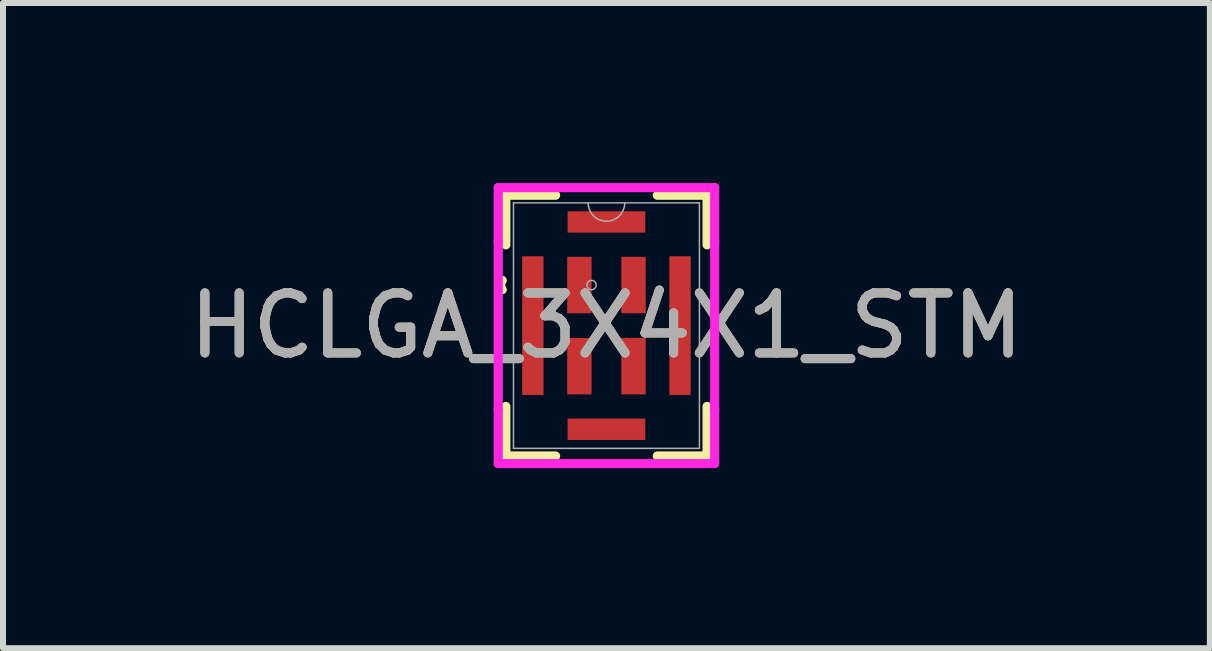
<source format=kicad_pcb>
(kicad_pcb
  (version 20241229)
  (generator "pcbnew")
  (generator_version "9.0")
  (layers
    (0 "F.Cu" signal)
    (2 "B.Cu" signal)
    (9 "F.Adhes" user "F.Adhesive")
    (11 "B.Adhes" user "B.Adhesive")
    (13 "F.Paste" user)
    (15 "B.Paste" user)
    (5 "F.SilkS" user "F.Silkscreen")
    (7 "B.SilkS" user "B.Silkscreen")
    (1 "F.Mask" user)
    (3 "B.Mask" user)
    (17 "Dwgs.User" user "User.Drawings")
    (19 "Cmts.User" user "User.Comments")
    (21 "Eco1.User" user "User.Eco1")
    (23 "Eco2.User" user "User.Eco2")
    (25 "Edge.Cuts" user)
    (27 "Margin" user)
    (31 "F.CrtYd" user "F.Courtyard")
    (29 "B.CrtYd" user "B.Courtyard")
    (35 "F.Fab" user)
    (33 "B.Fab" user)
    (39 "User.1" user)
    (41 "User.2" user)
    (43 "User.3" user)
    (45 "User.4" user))
  (footprint "HCLGA_3X4X1_STM"
    (layer "F.Cu")
    (at 7.054 2.375)
    (property "Reference" "HCLGA_3X4X1_STM" (at 0 0 0) (unlocked yes) (layer "F.SilkS") (effects (font (size 1 1) (thickness 0.15))))
    (attr smd)
    (fp_line (start -1.676 -2.172) (end -1.676 -1.346) (stroke (width 0.152) (type solid)) (layer "F.SilkS"))
    (fp_line (start -1.676 1.346) (end -1.676 2.172) (stroke (width 0.152) (type solid)) (layer "F.SilkS"))
    (fp_line (start -1.676 2.172) (end -0.847 2.172) (stroke (width 0.152) (type solid)) (layer "F.SilkS"))
    (fp_line (start -0.847 -2.172) (end -1.676 -2.172) (stroke (width 0.152) (type solid)) (layer "F.SilkS"))
    (fp_line (start 0.847 2.172) (end 1.676 2.172) (stroke (width 0.152) (type solid)) (layer "F.SilkS"))
    (fp_line (start 1.676 -2.172) (end 0.847 -2.172) (stroke (width 0.152) (type solid)) (layer "F.SilkS"))
    (fp_line (start 1.676 -1.346) (end 1.676 -2.172) (stroke (width 0.152) (type solid)) (layer "F.SilkS"))
    (fp_line (start 1.676 2.172) (end 1.676 1.346) (stroke (width 0.152) (type solid)) (layer "F.SilkS"))
    (fp_arc (start -1.73609 -0.599236) (mid -1.762125 -0.676275) (end -1.73609 -0.753314) (stroke (width 0.1524) (type solid)) (layer "F.SilkS"))
    (fp_line (start -1.803 -2.299) (end 1.803 -2.299) (stroke (width 0.152) (type solid)) (layer "F.CrtYd"))
    (fp_line (start -1.803 -1.4) (end -1.803 -2.299) (stroke (width 0.152) (type solid)) (layer "F.CrtYd"))
    (fp_line (start -1.803 -1.4) (end -1.803 -1.4) (stroke (width 0.152) (type solid)) (layer "F.CrtYd"))
    (fp_line (start -1.803 1.4) (end -1.803 -1.4) (stroke (width 0.152) (type solid)) (layer "F.CrtYd"))
    (fp_line (start -1.803 1.4) (end -1.803 1.4) (stroke (width 0.152) (type solid)) (layer "F.CrtYd"))
    (fp_line (start -1.803 2.299) (end -1.803 1.4) (stroke (width 0.152) (type solid)) (layer "F.CrtYd"))
    (fp_line (start 1.803 -2.299) (end 1.803 -1.4) (stroke (width 0.152) (type solid)) (layer "F.CrtYd"))
    (fp_line (start 1.803 -1.4) (end 1.803 -1.4) (stroke (width 0.152) (type solid)) (layer "F.CrtYd"))
    (fp_line (start 1.803 -1.4) (end 1.803 1.4) (stroke (width 0.152) (type solid)) (layer "F.CrtYd"))
    (fp_line (start 1.803 1.4) (end 1.803 1.4) (stroke (width 0.152) (type solid)) (layer "F.CrtYd"))
    (fp_line (start 1.803 1.4) (end 1.803 2.299) (stroke (width 0.152) (type solid)) (layer "F.CrtYd"))
    (fp_line (start 1.803 2.299) (end -1.803 2.299) (stroke (width 0.152) (type solid)) (layer "F.CrtYd"))
    (fp_line (start -1.549 -2.045) (end -1.549 2.045) (stroke (width 0.025) (type solid)) (layer "F.Fab"))
    (fp_line (start -1.549 2.045) (end 1.549 2.045) (stroke (width 0.025) (type solid)) (layer "F.Fab"))
    (fp_line (start 1.549 -2.045) (end -1.549 -2.045) (stroke (width 0.025) (type solid)) (layer "F.Fab"))
    (fp_line (start 1.549 2.045) (end 1.549 -2.045) (stroke (width 0.025) (type solid)) (layer "F.Fab"))
    (fp_arc (start 0.3048 -2.0447) (mid 0 -1.7399) (end -0.3048 -2.0447) (stroke (width 0.0254) (type solid)) (layer "F.Fab"))
    (fp_circle (center -0.248 -0.676) (end -0.171 -0.676) (stroke (width 0.025) (type solid)) (fill no) (layer "F.Fab"))
    (fp_text user "${REFERENCE}" (at 0 0 0) (unlocked yes) (layer "F.Fab") (effects (font (size 1 1) (thickness 0.15))))
    (pad "1" smd rect (at -0.451 -0.676) (size 0.406 0.94) (layers "F.Cu" "F.Mask" "F.Paste"))
    (pad "2" smd rect (at -0.451 0.676) (size 0.406 0.94) (layers "F.Cu" "F.Mask" "F.Paste"))
    (pad "3" smd rect (at 0.451 0.676) (size 0.406 0.94) (layers "F.Cu" "F.Mask" "F.Paste"))
    (pad "4" smd rect (at 0.451 -0.676) (size 0.406 0.94) (layers "F.Cu" "F.Mask" "F.Paste"))
    (pad "5" smd rect (at 0 -1.727) (size 1.295 0.356) (layers "F.Cu" "F.Mask"))
    (pad "6" smd rect (at 0 1.727) (size 1.295 0.356) (layers "F.Cu" "F.Mask"))
    (pad "7" smd rect (at -1.226 0) (size 0.356 2.311) (layers "F.Cu" "F.Mask" "F.Paste"))
    (pad "8" smd rect (at 1.226 0) (size 0.356 2.311) (layers "F.Cu" "F.Mask" "F.Paste")))
  (gr_rect
    (start -3 -3)
    (end 17.107 7.75)
    (stroke (width 0.1) (type default))
    (fill no)
    (layer "Edge.Cuts")))
</source>
